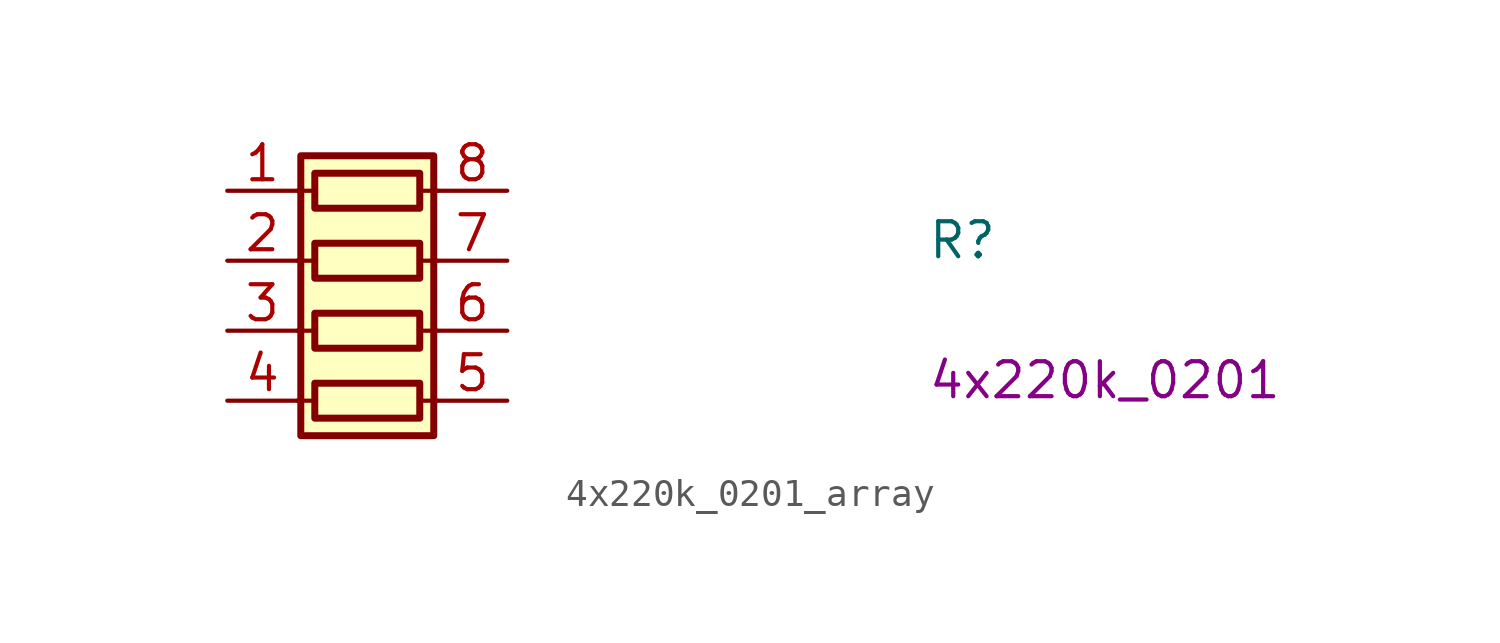
<source format=kicad_sym>
(kicad_symbol_lib
  (version 20211014)
  (generator kicad_symbol_editor)
  (symbol "4x220k_0201_array"
    (pin_names
      (offset 1.016) hide)
    (property "Reference" "R"
      (at 25.4 -2.54 0)
      (effects (font (size 1.27 1.27)) (justify left bottom)))
    (property "Val" "4x220k_0201"
      (at 25.4 -7.62 0)
      (effects (font (size 1.27 1.27)) (justify left bottom)))
    (symbol "4x220k_0201_array_0_1"
      (polyline (pts (xy 2.54 -7.62) (xy 3.175 -7.62)) (stroke (width 0) (type default) (color 0 0 0 0)) (fill (type none)))
      (polyline (pts (xy 2.54 -5.08) (xy 3.175 -5.08)) (stroke (width 0) (type default) (color 0 0 0 0)) (fill (type none)))
      (polyline (pts (xy 2.54 -2.54) (xy 3.175 -2.54)) (stroke (width 0) (type default) (color 0 0 0 0)) (fill (type none)))
      (polyline (pts (xy 2.54 0) (xy 3.175 0)) (stroke (width 0) (type default) (color 0 0 0 0)) (fill (type none)))
      (polyline (pts (xy 6.985 -7.62) (xy 7.62 -7.62)) (stroke (width 0) (type default) (color 0 0 0 0)) (fill (type none)))
      (polyline (pts (xy 6.985 -5.08) (xy 7.62 -5.08)) (stroke (width 0) (type default) (color 0 0 0 0)) (fill (type none)))
      (polyline (pts (xy 6.985 -2.54) (xy 7.62 -2.54)) (stroke (width 0) (type default) (color 0 0 0 0)) (fill (type none)))
      (polyline (pts (xy 6.985 0) (xy 7.62 0)) (stroke (width 0) (type default) (color 0 0 0 0)) (fill (type none)))
      (rectangle (start 2.667 1.27) (end 7.493 -8.89) (stroke (width 0.254) (type default) (color 0 0 0 0)) (fill (type background)))
      (rectangle (start 6.985 -6.985) (end 3.175 -8.255) (stroke (width 0.254) (type default) (color 0 0 0 0)) (fill (type none)))
      (rectangle (start 6.985 -4.445) (end 3.175 -5.715) (stroke (width 0.254) (type default) (color 0 0 0 0)) (fill (type none)))
      (rectangle (start 6.985 -1.905) (end 3.175 -3.175) (stroke (width 0.254) (type default) (color 0 0 0 0)) (fill (type none)))
      (rectangle (start 6.985 0.635) (end 3.175 -0.635) (stroke (width 0.254) (type default) (color 0 0 0 0)) (fill (type none))))
    (symbol "4x220k_0201_array_1_1"
      (pin passive line (at 0 0 0) (length 2.54) (name "R1.1" (effects (font (size 1.27 1.27)))) (number "1" (effects (font (size 1.27 1.27)))))
      (pin passive line (at 0 -2.54 0) (length 2.54) (name "R2.1" (effects (font (size 1.27 1.27)))) (number "2" (effects (font (size 1.27 1.27)))))
      (pin passive line (at 0 -5.08 0) (length 2.54) (name "R3.1" (effects (font (size 1.27 1.27)))) (number "3" (effects (font (size 1.27 1.27)))))
      (pin passive line (at 0 -7.62 0) (length 2.54) (name "R4.1" (effects (font (size 1.27 1.27)))) (number "4" (effects (font (size 1.27 1.27)))))
      (pin passive line (at 10.16 -7.62 180) (length 2.54) (name "R4.2" (effects (font (size 1.27 1.27)))) (number "5" (effects (font (size 1.27 1.27)))))
      (pin passive line (at 10.16 -5.08 180) (length 2.54) (name "R3.2" (effects (font (size 1.27 1.27)))) (number "6" (effects (font (size 1.27 1.27)))))
      (pin passive line (at 10.16 -2.54 180) (length 2.54) (name "R2.2" (effects (font (size 1.27 1.27)))) (number "7" (effects (font (size 1.27 1.27)))))
      (pin passive line (at 10.16 0 180) (length 2.54) (name "R1.2" (effects (font (size 1.27 1.27)))) (number "8" (effects (font (size 1.27 1.27))))))))
</source>
